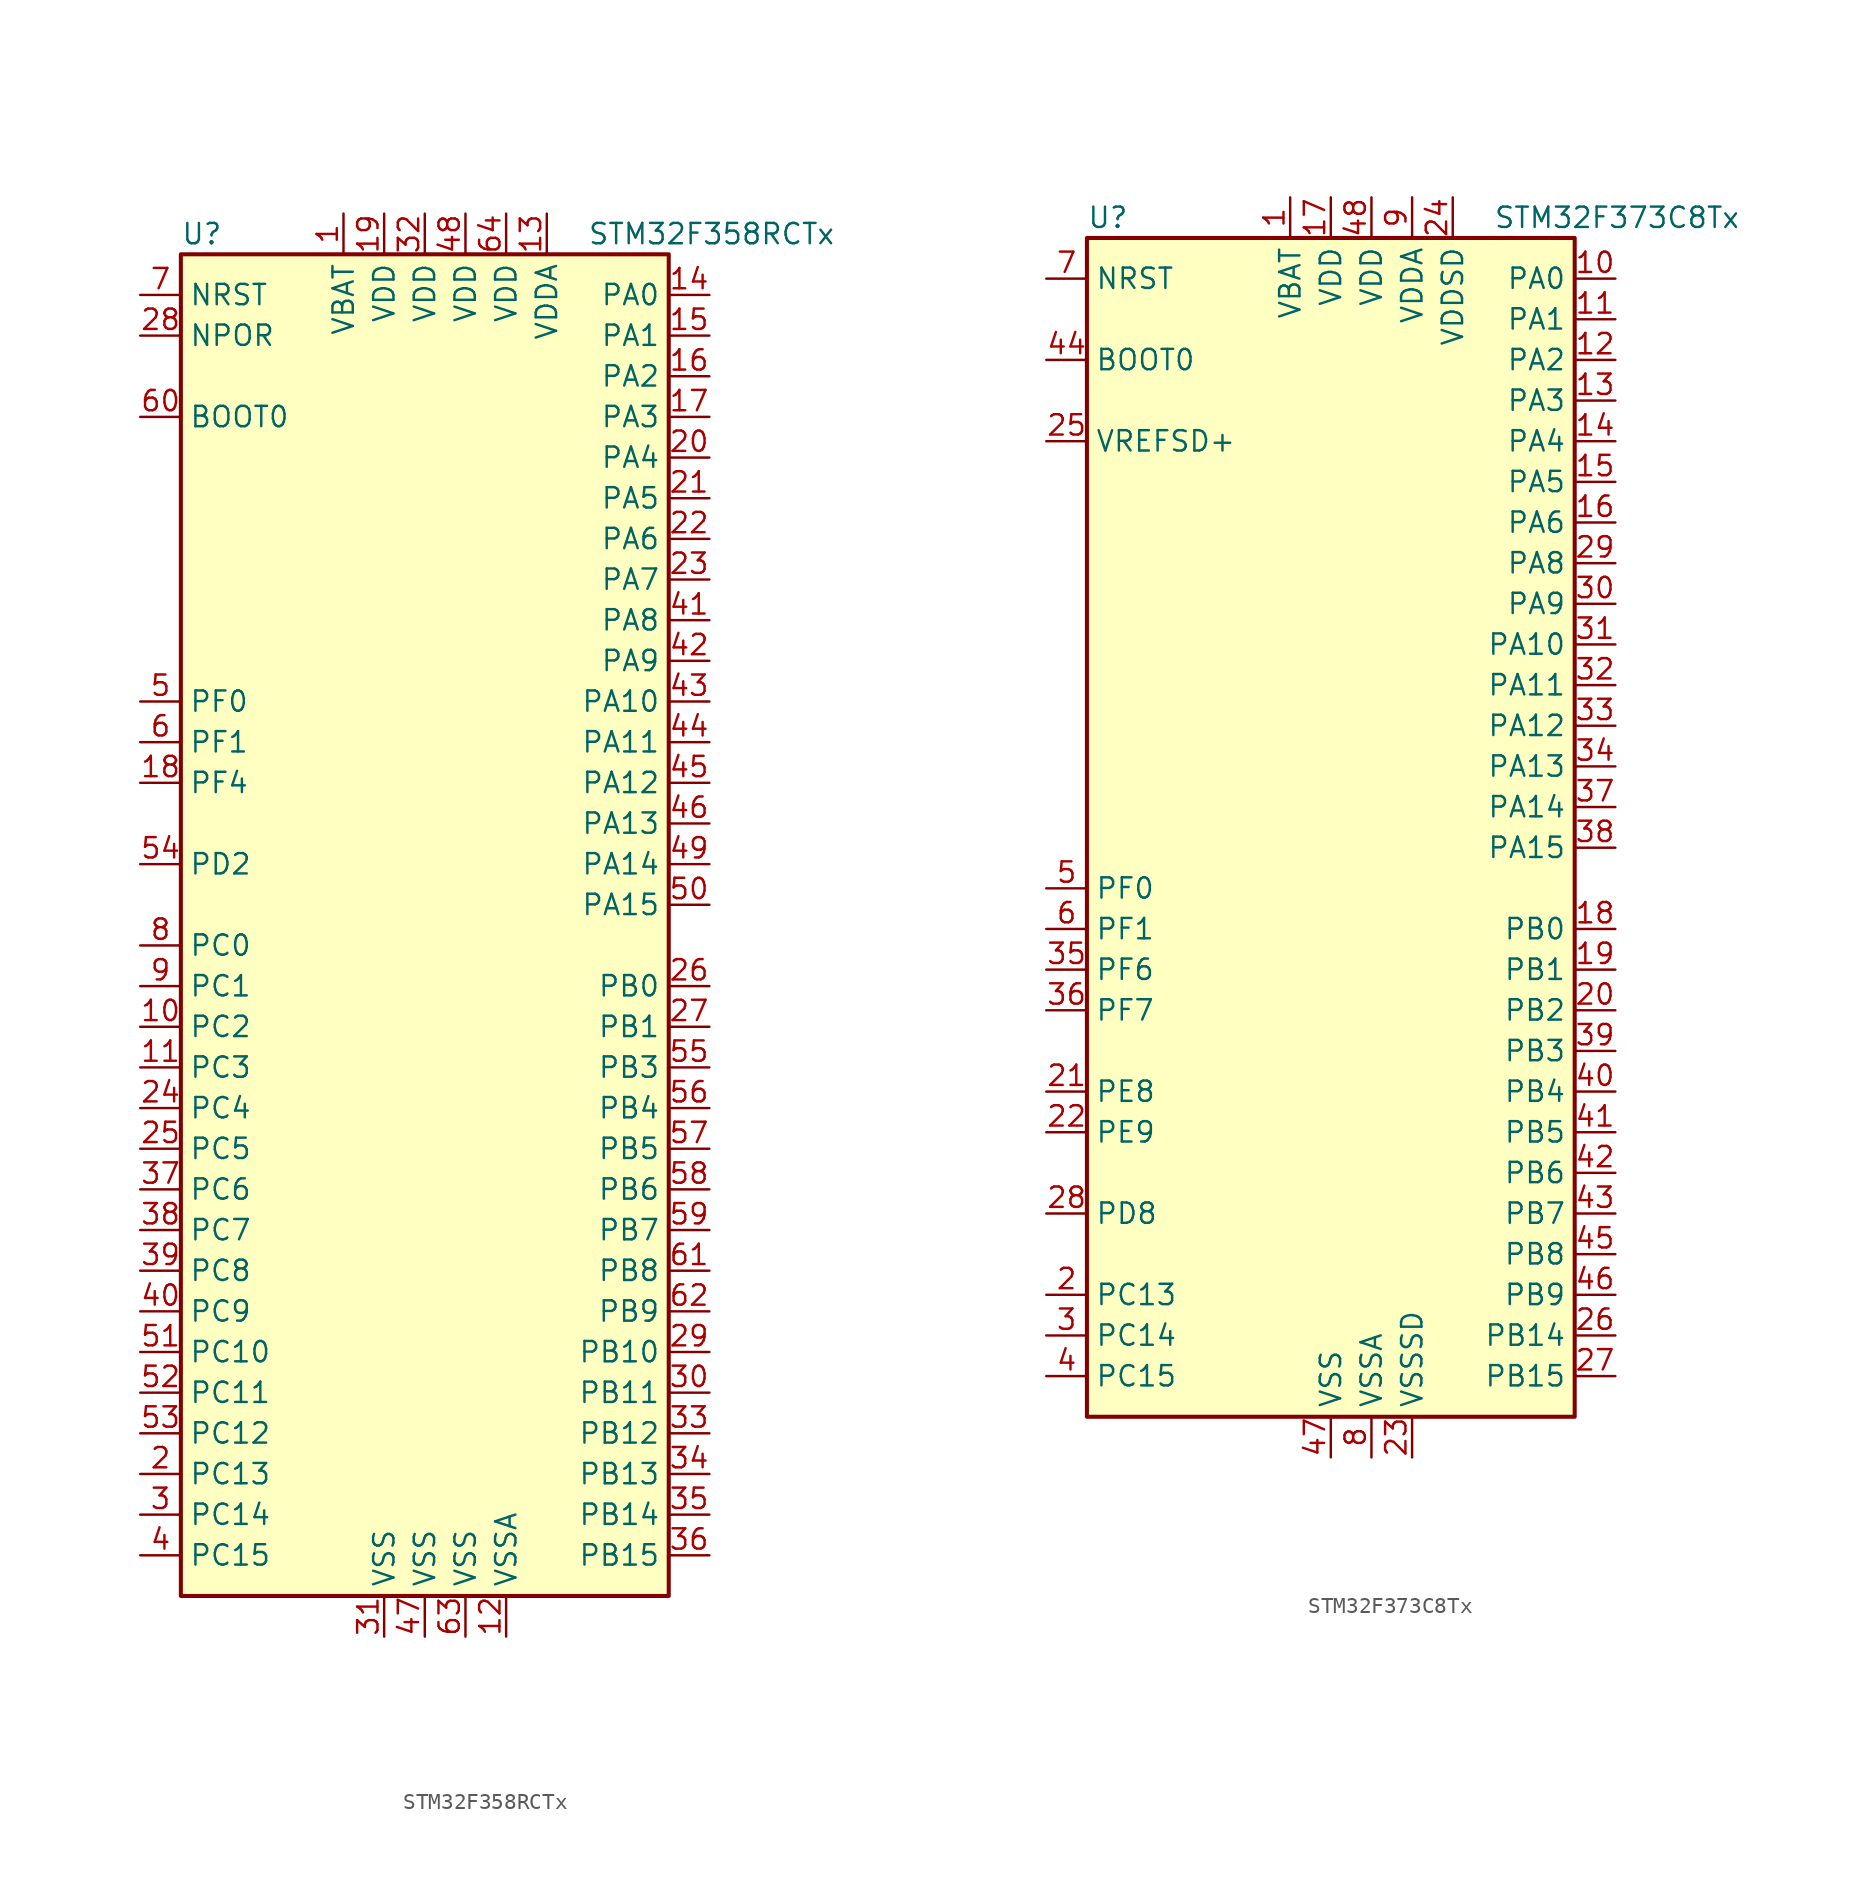
<source format=kicad_sym>
(kicad_symbol_lib
  (version 20201005)
  (generator kicad_symbol_editor)
  (symbol "STM32F358RCTx"
    (property "Reference" "U"
      (at -15.24 41.91 0)
      (effects (font (size 1.27 1.27)) (justify left)))
    (property "Value" "STM32F358RCTx"
      (at 10.16 41.91 0)
      (effects (font (size 1.27 1.27)) (justify left)))
    (symbol "STM32F358RCTx_0_1"
      (rectangle (start -15.24 -43.18) (end 15.24 40.64) (stroke (width 0.254)) (fill (type background))))
    (symbol "STM32F358RCTx_1_1"
      (pin input line (at -17.78 30.48 0) (length 2.54) (name "BOOT0" (effects (font (size 1.27 1.27)))) (number "60" (effects (font (size 1.27 1.27)))))
      (pin input line (at -17.78 35.56 0) (length 2.54) (name "NPOR" (effects (font (size 1.27 1.27)))) (number "28" (effects (font (size 1.27 1.27)))))
      (pin input line (at -17.78 38.1 0) (length 2.54) (name "NRST" (effects (font (size 1.27 1.27)))) (number "7" (effects (font (size 1.27 1.27)))))
      (pin bidirectional line (at 17.78 38.1 180) (length 2.54) (name "PA0" (effects (font (size 1.27 1.27)))) (number "14" (effects (font (size 1.27 1.27)))))
      (pin bidirectional line (at 17.78 35.56 180) (length 2.54) (name "PA1" (effects (font (size 1.27 1.27)))) (number "15" (effects (font (size 1.27 1.27)))))
      (pin bidirectional line (at 17.78 12.7 180) (length 2.54) (name "PA10" (effects (font (size 1.27 1.27)))) (number "43" (effects (font (size 1.27 1.27)))))
      (pin bidirectional line (at 17.78 10.16 180) (length 2.54) (name "PA11" (effects (font (size 1.27 1.27)))) (number "44" (effects (font (size 1.27 1.27)))))
      (pin bidirectional line (at 17.78 7.62 180) (length 2.54) (name "PA12" (effects (font (size 1.27 1.27)))) (number "45" (effects (font (size 1.27 1.27)))))
      (pin bidirectional line (at 17.78 5.08 180) (length 2.54) (name "PA13" (effects (font (size 1.27 1.27)))) (number "46" (effects (font (size 1.27 1.27)))))
      (pin bidirectional line (at 17.78 2.54 180) (length 2.54) (name "PA14" (effects (font (size 1.27 1.27)))) (number "49" (effects (font (size 1.27 1.27)))))
      (pin bidirectional line (at 17.78 0 180) (length 2.54) (name "PA15" (effects (font (size 1.27 1.27)))) (number "50" (effects (font (size 1.27 1.27)))))
      (pin bidirectional line (at 17.78 33.02 180) (length 2.54) (name "PA2" (effects (font (size 1.27 1.27)))) (number "16" (effects (font (size 1.27 1.27)))))
      (pin bidirectional line (at 17.78 30.48 180) (length 2.54) (name "PA3" (effects (font (size 1.27 1.27)))) (number "17" (effects (font (size 1.27 1.27)))))
      (pin bidirectional line (at 17.78 27.94 180) (length 2.54) (name "PA4" (effects (font (size 1.27 1.27)))) (number "20" (effects (font (size 1.27 1.27)))))
      (pin bidirectional line (at 17.78 25.4 180) (length 2.54) (name "PA5" (effects (font (size 1.27 1.27)))) (number "21" (effects (font (size 1.27 1.27)))))
      (pin bidirectional line (at 17.78 22.86 180) (length 2.54) (name "PA6" (effects (font (size 1.27 1.27)))) (number "22" (effects (font (size 1.27 1.27)))))
      (pin bidirectional line (at 17.78 20.32 180) (length 2.54) (name "PA7" (effects (font (size 1.27 1.27)))) (number "23" (effects (font (size 1.27 1.27)))))
      (pin bidirectional line (at 17.78 17.78 180) (length 2.54) (name "PA8" (effects (font (size 1.27 1.27)))) (number "41" (effects (font (size 1.27 1.27)))))
      (pin bidirectional line (at 17.78 15.24 180) (length 2.54) (name "PA9" (effects (font (size 1.27 1.27)))) (number "42" (effects (font (size 1.27 1.27)))))
      (pin bidirectional line (at 17.78 -5.08 180) (length 2.54) (name "PB0" (effects (font (size 1.27 1.27)))) (number "26" (effects (font (size 1.27 1.27)))))
      (pin bidirectional line (at 17.78 -7.62 180) (length 2.54) (name "PB1" (effects (font (size 1.27 1.27)))) (number "27" (effects (font (size 1.27 1.27)))))
      (pin bidirectional line (at 17.78 -27.94 180) (length 2.54) (name "PB10" (effects (font (size 1.27 1.27)))) (number "29" (effects (font (size 1.27 1.27)))))
      (pin bidirectional line (at 17.78 -30.48 180) (length 2.54) (name "PB11" (effects (font (size 1.27 1.27)))) (number "30" (effects (font (size 1.27 1.27)))))
      (pin bidirectional line (at 17.78 -33.02 180) (length 2.54) (name "PB12" (effects (font (size 1.27 1.27)))) (number "33" (effects (font (size 1.27 1.27)))))
      (pin bidirectional line (at 17.78 -35.56 180) (length 2.54) (name "PB13" (effects (font (size 1.27 1.27)))) (number "34" (effects (font (size 1.27 1.27)))))
      (pin bidirectional line (at 17.78 -38.1 180) (length 2.54) (name "PB14" (effects (font (size 1.27 1.27)))) (number "35" (effects (font (size 1.27 1.27)))))
      (pin bidirectional line (at 17.78 -40.64 180) (length 2.54) (name "PB15" (effects (font (size 1.27 1.27)))) (number "36" (effects (font (size 1.27 1.27)))))
      (pin bidirectional line (at 17.78 -10.16 180) (length 2.54) (name "PB3" (effects (font (size 1.27 1.27)))) (number "55" (effects (font (size 1.27 1.27)))))
      (pin bidirectional line (at 17.78 -12.7 180) (length 2.54) (name "PB4" (effects (font (size 1.27 1.27)))) (number "56" (effects (font (size 1.27 1.27)))))
      (pin bidirectional line (at 17.78 -15.24 180) (length 2.54) (name "PB5" (effects (font (size 1.27 1.27)))) (number "57" (effects (font (size 1.27 1.27)))))
      (pin bidirectional line (at 17.78 -17.78 180) (length 2.54) (name "PB6" (effects (font (size 1.27 1.27)))) (number "58" (effects (font (size 1.27 1.27)))))
      (pin bidirectional line (at 17.78 -20.32 180) (length 2.54) (name "PB7" (effects (font (size 1.27 1.27)))) (number "59" (effects (font (size 1.27 1.27)))))
      (pin bidirectional line (at 17.78 -22.86 180) (length 2.54) (name "PB8" (effects (font (size 1.27 1.27)))) (number "61" (effects (font (size 1.27 1.27)))))
      (pin bidirectional line (at 17.78 -25.4 180) (length 2.54) (name "PB9" (effects (font (size 1.27 1.27)))) (number "62" (effects (font (size 1.27 1.27)))))
      (pin bidirectional line (at -17.78 -2.54 0) (length 2.54) (name "PC0" (effects (font (size 1.27 1.27)))) (number "8" (effects (font (size 1.27 1.27)))))
      (pin bidirectional line (at -17.78 -5.08 0) (length 2.54) (name "PC1" (effects (font (size 1.27 1.27)))) (number "9" (effects (font (size 1.27 1.27)))))
      (pin bidirectional line (at -17.78 -27.94 0) (length 2.54) (name "PC10" (effects (font (size 1.27 1.27)))) (number "51" (effects (font (size 1.27 1.27)))))
      (pin bidirectional line (at -17.78 -30.48 0) (length 2.54) (name "PC11" (effects (font (size 1.27 1.27)))) (number "52" (effects (font (size 1.27 1.27)))))
      (pin bidirectional line (at -17.78 -33.02 0) (length 2.54) (name "PC12" (effects (font (size 1.27 1.27)))) (number "53" (effects (font (size 1.27 1.27)))))
      (pin bidirectional line (at -17.78 -35.56 0) (length 2.54) (name "PC13" (effects (font (size 1.27 1.27)))) (number "2" (effects (font (size 1.27 1.27)))))
      (pin bidirectional line (at -17.78 -38.1 0) (length 2.54) (name "PC14" (effects (font (size 1.27 1.27)))) (number "3" (effects (font (size 1.27 1.27)))))
      (pin bidirectional line (at -17.78 -40.64 0) (length 2.54) (name "PC15" (effects (font (size 1.27 1.27)))) (number "4" (effects (font (size 1.27 1.27)))))
      (pin bidirectional line (at -17.78 -7.62 0) (length 2.54) (name "PC2" (effects (font (size 1.27 1.27)))) (number "10" (effects (font (size 1.27 1.27)))))
      (pin bidirectional line (at -17.78 -10.16 0) (length 2.54) (name "PC3" (effects (font (size 1.27 1.27)))) (number "11" (effects (font (size 1.27 1.27)))))
      (pin bidirectional line (at -17.78 -12.7 0) (length 2.54) (name "PC4" (effects (font (size 1.27 1.27)))) (number "24" (effects (font (size 1.27 1.27)))))
      (pin bidirectional line (at -17.78 -15.24 0) (length 2.54) (name "PC5" (effects (font (size 1.27 1.27)))) (number "25" (effects (font (size 1.27 1.27)))))
      (pin bidirectional line (at -17.78 -17.78 0) (length 2.54) (name "PC6" (effects (font (size 1.27 1.27)))) (number "37" (effects (font (size 1.27 1.27)))))
      (pin bidirectional line (at -17.78 -20.32 0) (length 2.54) (name "PC7" (effects (font (size 1.27 1.27)))) (number "38" (effects (font (size 1.27 1.27)))))
      (pin bidirectional line (at -17.78 -22.86 0) (length 2.54) (name "PC8" (effects (font (size 1.27 1.27)))) (number "39" (effects (font (size 1.27 1.27)))))
      (pin bidirectional line (at -17.78 -25.4 0) (length 2.54) (name "PC9" (effects (font (size 1.27 1.27)))) (number "40" (effects (font (size 1.27 1.27)))))
      (pin bidirectional line (at -17.78 2.54 0) (length 2.54) (name "PD2" (effects (font (size 1.27 1.27)))) (number "54" (effects (font (size 1.27 1.27)))))
      (pin input line (at -17.78 12.7 0) (length 2.54) (name "PF0" (effects (font (size 1.27 1.27)))) (number "5" (effects (font (size 1.27 1.27)))))
      (pin input line (at -17.78 10.16 0) (length 2.54) (name "PF1" (effects (font (size 1.27 1.27)))) (number "6" (effects (font (size 1.27 1.27)))))
      (pin bidirectional line (at -17.78 7.62 0) (length 2.54) (name "PF4" (effects (font (size 1.27 1.27)))) (number "18" (effects (font (size 1.27 1.27)))))
      (pin power_in line (at -5.08 43.18 270) (length 2.54) (name "VBAT" (effects (font (size 1.27 1.27)))) (number "1" (effects (font (size 1.27 1.27)))))
      (pin power_in line (at -2.54 43.18 270) (length 2.54) (name "VDD" (effects (font (size 1.27 1.27)))) (number "19" (effects (font (size 1.27 1.27)))))
      (pin power_in line (at 0 43.18 270) (length 2.54) (name "VDD" (effects (font (size 1.27 1.27)))) (number "32" (effects (font (size 1.27 1.27)))))
      (pin power_in line (at 2.54 43.18 270) (length 2.54) (name "VDD" (effects (font (size 1.27 1.27)))) (number "48" (effects (font (size 1.27 1.27)))))
      (pin power_in line (at 5.08 43.18 270) (length 2.54) (name "VDD" (effects (font (size 1.27 1.27)))) (number "64" (effects (font (size 1.27 1.27)))))
      (pin power_in line (at 7.62 43.18 270) (length 2.54) (name "VDDA" (effects (font (size 1.27 1.27)))) (number "13" (effects (font (size 1.27 1.27)))))
      (pin power_in line (at -2.54 -45.72 90) (length 2.54) (name "VSS" (effects (font (size 1.27 1.27)))) (number "31" (effects (font (size 1.27 1.27)))))
      (pin power_in line (at 0 -45.72 90) (length 2.54) (name "VSS" (effects (font (size 1.27 1.27)))) (number "47" (effects (font (size 1.27 1.27)))))
      (pin power_in line (at 2.54 -45.72 90) (length 2.54) (name "VSS" (effects (font (size 1.27 1.27)))) (number "63" (effects (font (size 1.27 1.27)))))
      (pin power_in line (at 5.08 -45.72 90) (length 2.54) (name "VSSA" (effects (font (size 1.27 1.27)))) (number "12" (effects (font (size 1.27 1.27)))))))
  (symbol "STM32F373C8Tx"
    (property "Reference" "U"
      (at -15.24 36.83 0)
      (effects (font (size 1.27 1.27)) (justify left)))
    (property "Value" "STM32F373C8Tx"
      (at 10.16 36.83 0)
      (effects (font (size 1.27 1.27)) (justify left)))
    (symbol "STM32F373C8Tx_0_1"
      (rectangle (start -15.24 -38.1) (end 15.24 35.56) (stroke (width 0.254)) (fill (type background))))
    (symbol "STM32F373C8Tx_1_1"
      (pin input line (at -17.78 27.94 0) (length 2.54) (name "BOOT0" (effects (font (size 1.27 1.27)))) (number "44" (effects (font (size 1.27 1.27)))))
      (pin input line (at -17.78 33.02 0) (length 2.54) (name "NRST" (effects (font (size 1.27 1.27)))) (number "7" (effects (font (size 1.27 1.27)))))
      (pin bidirectional line (at 17.78 33.02 180) (length 2.54) (name "PA0" (effects (font (size 1.27 1.27)))) (number "10" (effects (font (size 1.27 1.27)))))
      (pin bidirectional line (at 17.78 30.48 180) (length 2.54) (name "PA1" (effects (font (size 1.27 1.27)))) (number "11" (effects (font (size 1.27 1.27)))))
      (pin bidirectional line (at 17.78 10.16 180) (length 2.54) (name "PA10" (effects (font (size 1.27 1.27)))) (number "31" (effects (font (size 1.27 1.27)))))
      (pin bidirectional line (at 17.78 7.62 180) (length 2.54) (name "PA11" (effects (font (size 1.27 1.27)))) (number "32" (effects (font (size 1.27 1.27)))))
      (pin bidirectional line (at 17.78 5.08 180) (length 2.54) (name "PA12" (effects (font (size 1.27 1.27)))) (number "33" (effects (font (size 1.27 1.27)))))
      (pin bidirectional line (at 17.78 2.54 180) (length 2.54) (name "PA13" (effects (font (size 1.27 1.27)))) (number "34" (effects (font (size 1.27 1.27)))))
      (pin bidirectional line (at 17.78 0 180) (length 2.54) (name "PA14" (effects (font (size 1.27 1.27)))) (number "37" (effects (font (size 1.27 1.27)))))
      (pin bidirectional line (at 17.78 -2.54 180) (length 2.54) (name "PA15" (effects (font (size 1.27 1.27)))) (number "38" (effects (font (size 1.27 1.27)))))
      (pin bidirectional line (at 17.78 27.94 180) (length 2.54) (name "PA2" (effects (font (size 1.27 1.27)))) (number "12" (effects (font (size 1.27 1.27)))))
      (pin bidirectional line (at 17.78 25.4 180) (length 2.54) (name "PA3" (effects (font (size 1.27 1.27)))) (number "13" (effects (font (size 1.27 1.27)))))
      (pin bidirectional line (at 17.78 22.86 180) (length 2.54) (name "PA4" (effects (font (size 1.27 1.27)))) (number "14" (effects (font (size 1.27 1.27)))))
      (pin bidirectional line (at 17.78 20.32 180) (length 2.54) (name "PA5" (effects (font (size 1.27 1.27)))) (number "15" (effects (font (size 1.27 1.27)))))
      (pin bidirectional line (at 17.78 17.78 180) (length 2.54) (name "PA6" (effects (font (size 1.27 1.27)))) (number "16" (effects (font (size 1.27 1.27)))))
      (pin bidirectional line (at 17.78 15.24 180) (length 2.54) (name "PA8" (effects (font (size 1.27 1.27)))) (number "29" (effects (font (size 1.27 1.27)))))
      (pin bidirectional line (at 17.78 12.7 180) (length 2.54) (name "PA9" (effects (font (size 1.27 1.27)))) (number "30" (effects (font (size 1.27 1.27)))))
      (pin bidirectional line (at 17.78 -7.62 180) (length 2.54) (name "PB0" (effects (font (size 1.27 1.27)))) (number "18" (effects (font (size 1.27 1.27)))))
      (pin bidirectional line (at 17.78 -10.16 180) (length 2.54) (name "PB1" (effects (font (size 1.27 1.27)))) (number "19" (effects (font (size 1.27 1.27)))))
      (pin bidirectional line (at 17.78 -33.02 180) (length 2.54) (name "PB14" (effects (font (size 1.27 1.27)))) (number "26" (effects (font (size 1.27 1.27)))))
      (pin bidirectional line (at 17.78 -35.56 180) (length 2.54) (name "PB15" (effects (font (size 1.27 1.27)))) (number "27" (effects (font (size 1.27 1.27)))))
      (pin bidirectional line (at 17.78 -12.7 180) (length 2.54) (name "PB2" (effects (font (size 1.27 1.27)))) (number "20" (effects (font (size 1.27 1.27)))))
      (pin bidirectional line (at 17.78 -15.24 180) (length 2.54) (name "PB3" (effects (font (size 1.27 1.27)))) (number "39" (effects (font (size 1.27 1.27)))))
      (pin bidirectional line (at 17.78 -17.78 180) (length 2.54) (name "PB4" (effects (font (size 1.27 1.27)))) (number "40" (effects (font (size 1.27 1.27)))))
      (pin bidirectional line (at 17.78 -20.32 180) (length 2.54) (name "PB5" (effects (font (size 1.27 1.27)))) (number "41" (effects (font (size 1.27 1.27)))))
      (pin bidirectional line (at 17.78 -22.86 180) (length 2.54) (name "PB6" (effects (font (size 1.27 1.27)))) (number "42" (effects (font (size 1.27 1.27)))))
      (pin bidirectional line (at 17.78 -25.4 180) (length 2.54) (name "PB7" (effects (font (size 1.27 1.27)))) (number "43" (effects (font (size 1.27 1.27)))))
      (pin bidirectional line (at 17.78 -27.94 180) (length 2.54) (name "PB8" (effects (font (size 1.27 1.27)))) (number "45" (effects (font (size 1.27 1.27)))))
      (pin bidirectional line (at 17.78 -30.48 180) (length 2.54) (name "PB9" (effects (font (size 1.27 1.27)))) (number "46" (effects (font (size 1.27 1.27)))))
      (pin bidirectional line (at -17.78 -30.48 0) (length 2.54) (name "PC13" (effects (font (size 1.27 1.27)))) (number "2" (effects (font (size 1.27 1.27)))))
      (pin bidirectional line (at -17.78 -33.02 0) (length 2.54) (name "PC14" (effects (font (size 1.27 1.27)))) (number "3" (effects (font (size 1.27 1.27)))))
      (pin bidirectional line (at -17.78 -35.56 0) (length 2.54) (name "PC15" (effects (font (size 1.27 1.27)))) (number "4" (effects (font (size 1.27 1.27)))))
      (pin bidirectional line (at -17.78 -25.4 0) (length 2.54) (name "PD8" (effects (font (size 1.27 1.27)))) (number "28" (effects (font (size 1.27 1.27)))))
      (pin bidirectional line (at -17.78 -17.78 0) (length 2.54) (name "PE8" (effects (font (size 1.27 1.27)))) (number "21" (effects (font (size 1.27 1.27)))))
      (pin bidirectional line (at -17.78 -20.32 0) (length 2.54) (name "PE9" (effects (font (size 1.27 1.27)))) (number "22" (effects (font (size 1.27 1.27)))))
      (pin input line (at -17.78 -5.08 0) (length 2.54) (name "PF0" (effects (font (size 1.27 1.27)))) (number "5" (effects (font (size 1.27 1.27)))))
      (pin input line (at -17.78 -7.62 0) (length 2.54) (name "PF1" (effects (font (size 1.27 1.27)))) (number "6" (effects (font (size 1.27 1.27)))))
      (pin bidirectional line (at -17.78 -10.16 0) (length 2.54) (name "PF6" (effects (font (size 1.27 1.27)))) (number "35" (effects (font (size 1.27 1.27)))))
      (pin bidirectional line (at -17.78 -12.7 0) (length 2.54) (name "PF7" (effects (font (size 1.27 1.27)))) (number "36" (effects (font (size 1.27 1.27)))))
      (pin power_in line (at -2.54 38.1 270) (length 2.54) (name "VBAT" (effects (font (size 1.27 1.27)))) (number "1" (effects (font (size 1.27 1.27)))))
      (pin power_in line (at 0 38.1 270) (length 2.54) (name "VDD" (effects (font (size 1.27 1.27)))) (number "17" (effects (font (size 1.27 1.27)))))
      (pin power_in line (at 2.54 38.1 270) (length 2.54) (name "VDD" (effects (font (size 1.27 1.27)))) (number "48" (effects (font (size 1.27 1.27)))))
      (pin power_in line (at 5.08 38.1 270) (length 2.54) (name "VDDA" (effects (font (size 1.27 1.27)))) (number "9" (effects (font (size 1.27 1.27)))))
      (pin power_in line (at 7.62 38.1 270) (length 2.54) (name "VDDSD" (effects (font (size 1.27 1.27)))) (number "24" (effects (font (size 1.27 1.27)))))
      (pin power_in line (at -17.78 22.86 0) (length 2.54) (name "VREFSD+" (effects (font (size 1.27 1.27)))) (number "25" (effects (font (size 1.27 1.27)))))
      (pin power_in line (at 0 -40.64 90) (length 2.54) (name "VSS" (effects (font (size 1.27 1.27)))) (number "47" (effects (font (size 1.27 1.27)))))
      (pin power_in line (at 2.54 -40.64 90) (length 2.54) (name "VSSA" (effects (font (size 1.27 1.27)))) (number "8" (effects (font (size 1.27 1.27)))))
      (pin power_in line (at 5.08 -40.64 90) (length 2.54) (name "VSSSD" (effects (font (size 1.27 1.27)))) (number "23" (effects (font (size 1.27 1.27))))))))
</source>
